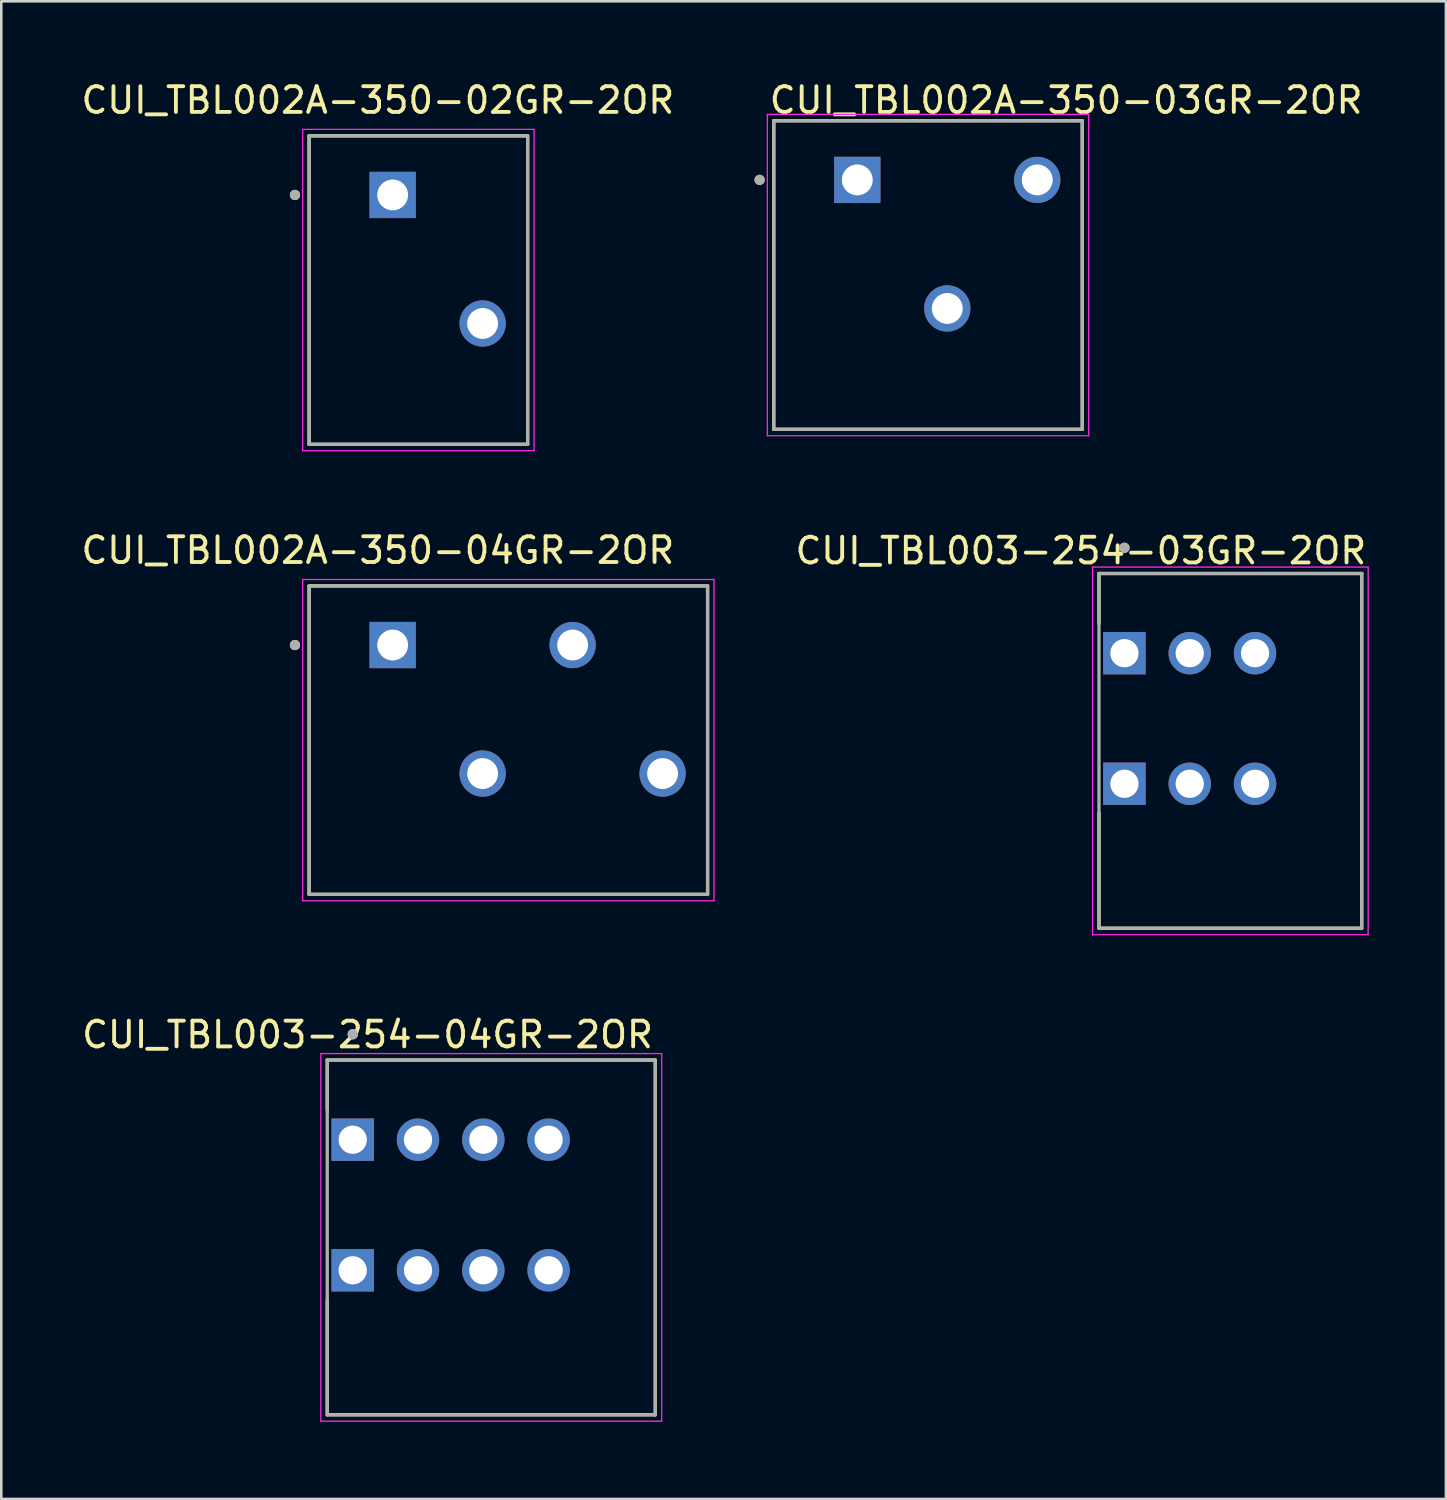
<source format=kicad_pcb>
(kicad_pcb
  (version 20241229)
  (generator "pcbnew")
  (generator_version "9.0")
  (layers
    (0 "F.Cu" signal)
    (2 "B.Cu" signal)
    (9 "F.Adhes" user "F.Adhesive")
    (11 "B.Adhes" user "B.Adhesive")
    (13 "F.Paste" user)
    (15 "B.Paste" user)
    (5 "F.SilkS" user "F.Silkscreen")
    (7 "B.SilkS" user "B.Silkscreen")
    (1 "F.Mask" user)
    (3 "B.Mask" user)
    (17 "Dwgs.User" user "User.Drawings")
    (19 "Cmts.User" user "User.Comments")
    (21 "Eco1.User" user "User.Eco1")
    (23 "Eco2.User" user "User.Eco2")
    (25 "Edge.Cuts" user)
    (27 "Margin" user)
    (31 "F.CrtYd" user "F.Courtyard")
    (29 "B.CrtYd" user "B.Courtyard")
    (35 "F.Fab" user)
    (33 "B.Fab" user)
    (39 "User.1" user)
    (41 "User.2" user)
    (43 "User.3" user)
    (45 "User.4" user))
  (footprint "CUI_TBL002A-350-03GR-2OR"
    (layer "F.Cu")
    (at 30.298 3.948)
    (property "Reference" "CUI_TBL002A-350-03GR-2OR" (at -3.5 -3.1 0) (layer "F.SilkS") (effects (font (size 1 1) (thickness 0.15)) (justify left)))
    (attr through_hole)
    (fp_line (start -3.25 -2.3) (end 8.75 -2.3) (stroke (width 0.127) (type solid)) (layer "F.SilkS"))
    (fp_line (start -3.25 9.7) (end -3.25 -2.3) (stroke (width 0.127) (type solid)) (layer "F.SilkS"))
    (fp_line (start 8.75 -2.3) (end 8.75 9.7) (stroke (width 0.127) (type solid)) (layer "F.SilkS"))
    (fp_line (start 8.75 9.7) (end -3.25 9.7) (stroke (width 0.127) (type solid)) (layer "F.SilkS"))
    (fp_circle (center -3.8 0) (end -3.7 0) (stroke (width 0.2) (type solid)) (fill no) (layer "F.SilkS"))
    (fp_line (start -3.5 -2.55) (end 9 -2.55) (stroke (width 0.05) (type solid)) (layer "F.CrtYd"))
    (fp_line (start -3.5 9.95) (end -3.5 -2.55) (stroke (width 0.05) (type solid)) (layer "F.CrtYd"))
    (fp_line (start 9 -2.55) (end 9 9.95) (stroke (width 0.05) (type solid)) (layer "F.CrtYd"))
    (fp_line (start 9 9.95) (end -3.5 9.95) (stroke (width 0.05) (type solid)) (layer "F.CrtYd"))
    (fp_line (start -3.25 -2.3) (end 8.75 -2.3) (stroke (width 0.127) (type solid)) (layer "F.Fab"))
    (fp_line (start -3.25 9.7) (end -3.25 -2.3) (stroke (width 0.127) (type solid)) (layer "F.Fab"))
    (fp_line (start 8.75 -2.3) (end 8.75 9.7) (stroke (width 0.127) (type solid)) (layer "F.Fab"))
    (fp_line (start 8.75 9.7) (end -3.25 9.7) (stroke (width 0.127) (type solid)) (layer "F.Fab"))
    (fp_circle (center -3.8 0) (end -3.7 0) (stroke (width 0.2) (type solid)) (fill no) (layer "F.Fab"))
    (pad "1" thru_hole rect (at 0 0) (size 1.8 1.8) (drill 1.2) (layers "*.Cu" "*.Mask"))
    (pad "2" thru_hole circle (at 3.5 5) (size 1.8 1.8) (drill 1.2) (layers "*.Cu" "*.Mask"))
    (pad "3" thru_hole circle (at 7 0) (size 1.8 1.8) (drill 1.2) (layers "*.Cu" "*.Mask")))
  (footprint "CUI_TBL002A-350-02GR-2OR"
    (layer "F.Cu")
    (at 12.224 4.533)
    (property "Reference" "CUI_TBL002A-350-02GR-2OR" (at -0.575 -3.685 0) (layer "F.SilkS") (effects (font (size 1 1) (thickness 0.15))))
    (attr through_hole)
    (fp_line (start -3.25 -2.3) (end 5.25 -2.3) (stroke (width 0.127) (type solid)) (layer "F.SilkS"))
    (fp_line (start -3.25 9.7) (end -3.25 -2.3) (stroke (width 0.127) (type solid)) (layer "F.SilkS"))
    (fp_line (start 5.25 -2.3) (end 5.25 9.7) (stroke (width 0.127) (type solid)) (layer "F.SilkS"))
    (fp_line (start 5.25 9.7) (end -3.25 9.7) (stroke (width 0.127) (type solid)) (layer "F.SilkS"))
    (fp_circle (center -3.8 0) (end -3.7 0) (stroke (width 0.2) (type solid)) (fill no) (layer "F.SilkS"))
    (fp_line (start -3.5 -2.55) (end 5.5 -2.55) (stroke (width 0.05) (type solid)) (layer "F.CrtYd"))
    (fp_line (start -3.5 9.95) (end -3.5 -2.55) (stroke (width 0.05) (type solid)) (layer "F.CrtYd"))
    (fp_line (start 5.5 -2.55) (end 5.5 9.95) (stroke (width 0.05) (type solid)) (layer "F.CrtYd"))
    (fp_line (start 5.5 9.95) (end -3.5 9.95) (stroke (width 0.05) (type solid)) (layer "F.CrtYd"))
    (fp_line (start -3.25 -2.3) (end 5.25 -2.3) (stroke (width 0.127) (type solid)) (layer "F.Fab"))
    (fp_line (start -3.25 9.7) (end -3.25 -2.3) (stroke (width 0.127) (type solid)) (layer "F.Fab"))
    (fp_line (start 5.25 -2.3) (end 5.25 9.7) (stroke (width 0.127) (type solid)) (layer "F.Fab"))
    (fp_line (start 5.25 9.7) (end -3.25 9.7) (stroke (width 0.127) (type solid)) (layer "F.Fab"))
    (fp_circle (center -3.8 0) (end -3.7 0) (stroke (width 0.2) (type solid)) (fill no) (layer "F.Fab"))
    (pad "1" thru_hole rect (at 0 0) (size 1.8 1.8) (drill 1.2) (layers "*.Cu" "*.Mask"))
    (pad "2" thru_hole circle (at 3.5 5) (size 1.8 1.8) (drill 1.2) (layers "*.Cu" "*.Mask")))
  (footprint "CUI_TBL003-254-04GR-2OR"
    (layer "F.Cu")
    (at 10.67 41.283)
    (property "Reference" "CUI_TBL003-254-04GR-2OR" (at 11.77 -3.5 0) (layer "F.SilkS") (effects (font (size 1 1) (thickness 0.15)) (justify right bottom)))
    (attr through_hole)
    (fp_line (start -0.99 -3.1) (end 11.77 -3.1) (stroke (width 0.127) (type solid)) (layer "F.SilkS"))
    (fp_line (start -0.99 -1.145) (end -0.99 -3.1) (stroke (width 0.127) (type solid)) (layer "F.SilkS"))
    (fp_line (start -0.99 10.7) (end -0.99 6.225) (stroke (width 0.127) (type solid)) (layer "F.SilkS"))
    (fp_line (start 11.77 -3.1) (end 11.77 10.7) (stroke (width 0.127) (type solid)) (layer "F.SilkS"))
    (fp_line (start 11.77 10.7) (end -0.99 10.7) (stroke (width 0.127) (type solid)) (layer "F.SilkS"))
    (fp_circle (center 0 -4.1) (end 0.1 -4.1) (stroke (width 0.2) (type solid)) (fill no) (layer "F.SilkS"))
    (fp_line (start -1.24 -3.35) (end 12.02 -3.35) (stroke (width 0.05) (type solid)) (layer "F.CrtYd"))
    (fp_line (start -1.24 10.95) (end -1.24 -3.35) (stroke (width 0.05) (type solid)) (layer "F.CrtYd"))
    (fp_line (start 12.02 -3.35) (end 12.02 10.95) (stroke (width 0.05) (type solid)) (layer "F.CrtYd"))
    (fp_line (start 12.02 10.95) (end -1.24 10.95) (stroke (width 0.05) (type solid)) (layer "F.CrtYd"))
    (fp_line (start -0.99 -3.1) (end 11.77 -3.1) (stroke (width 0.127) (type solid)) (layer "F.Fab"))
    (fp_line (start -0.99 10.7) (end -0.99 -3.1) (stroke (width 0.127) (type solid)) (layer "F.Fab"))
    (fp_line (start 11.77 -3.1) (end 11.77 10.7) (stroke (width 0.127) (type solid)) (layer "F.Fab"))
    (fp_line (start 11.77 10.7) (end -0.99 10.7) (stroke (width 0.127) (type solid)) (layer "F.Fab"))
    (fp_circle (center 0 -4.1) (end 0.1 -4.1) (stroke (width 0.2) (type solid)) (fill no) (layer "F.Fab"))
    (pad "1" thru_hole rect (at 0 0) (size 1.65 1.65) (drill 1.1) (layers "*.Cu" "*.Mask"))
    (pad "1" thru_hole rect (at 0 5.08) (size 1.65 1.65) (drill 1.1) (layers "*.Cu" "*.Mask"))
    (pad "2" thru_hole circle (at 2.54 0) (size 1.65 1.65) (drill 1.1) (layers "*.Cu" "*.Mask"))
    (pad "2" thru_hole circle (at 2.54 5.08) (size 1.65 1.65) (drill 1.1) (layers "*.Cu" "*.Mask"))
    (pad "3" thru_hole circle (at 5.08 0) (size 1.65 1.65) (drill 1.1) (layers "*.Cu" "*.Mask"))
    (pad "3" thru_hole circle (at 5.08 5.08) (size 1.65 1.65) (drill 1.1) (layers "*.Cu" "*.Mask"))
    (pad "4" thru_hole circle (at 7.62 0) (size 1.65 1.65) (drill 1.1) (layers "*.Cu" "*.Mask"))
    (pad "4" thru_hole circle (at 7.62 5.08) (size 1.65 1.65) (drill 1.1) (layers "*.Cu" "*.Mask")))
  (footprint "CUI_TBL003-254-03GR-2OR"
    (layer "F.Cu")
    (at 40.689 22.358)
    (property "Reference" "CUI_TBL003-254-03GR-2OR" (at 9.5 -3.4 0) (layer "F.SilkS") (effects (font (size 1 1) (thickness 0.15)) (justify right bottom)))
    (attr through_hole)
    (fp_line (start -0.99 -3.1) (end 9.23 -3.1) (stroke (width 0.127) (type solid)) (layer "F.SilkS"))
    (fp_line (start -0.99 -1.145) (end -0.99 -3.1) (stroke (width 0.127) (type solid)) (layer "F.SilkS"))
    (fp_line (start -0.99 10.7) (end -0.99 6.225) (stroke (width 0.127) (type solid)) (layer "F.SilkS"))
    (fp_line (start 9.23 -3.1) (end 9.23 10.7) (stroke (width 0.127) (type solid)) (layer "F.SilkS"))
    (fp_line (start 9.23 10.7) (end -0.99 10.7) (stroke (width 0.127) (type solid)) (layer "F.SilkS"))
    (fp_circle (center 0 -4.1) (end 0.1 -4.1) (stroke (width 0.2) (type solid)) (fill no) (layer "F.SilkS"))
    (fp_line (start -1.24 -3.35) (end 9.48 -3.35) (stroke (width 0.05) (type solid)) (layer "F.CrtYd"))
    (fp_line (start -1.24 10.95) (end -1.24 -3.35) (stroke (width 0.05) (type solid)) (layer "F.CrtYd"))
    (fp_line (start 9.48 -3.35) (end 9.48 10.95) (stroke (width 0.05) (type solid)) (layer "F.CrtYd"))
    (fp_line (start 9.48 10.95) (end -1.24 10.95) (stroke (width 0.05) (type solid)) (layer "F.CrtYd"))
    (fp_line (start -0.99 -3.1) (end 9.23 -3.1) (stroke (width 0.127) (type solid)) (layer "F.Fab"))
    (fp_line (start -0.99 10.7) (end -0.99 -3.1) (stroke (width 0.127) (type solid)) (layer "F.Fab"))
    (fp_line (start 9.23 -3.1) (end 9.23 10.7) (stroke (width 0.127) (type solid)) (layer "F.Fab"))
    (fp_line (start 9.23 10.7) (end -0.99 10.7) (stroke (width 0.127) (type solid)) (layer "F.Fab"))
    (fp_circle (center 0 -4.1) (end 0.1 -4.1) (stroke (width 0.2) (type solid)) (fill no) (layer "F.Fab"))
    (pad "1" thru_hole rect (at 0 0) (size 1.65 1.65) (drill 1.1) (layers "*.Cu" "*.Mask"))
    (pad "1" thru_hole rect (at 0 5.08) (size 1.65 1.65) (drill 1.1) (layers "*.Cu" "*.Mask"))
    (pad "2" thru_hole circle (at 2.54 0) (size 1.65 1.65) (drill 1.1) (layers "*.Cu" "*.Mask"))
    (pad "2" thru_hole circle (at 2.54 5.08) (size 1.65 1.65) (drill 1.1) (layers "*.Cu" "*.Mask"))
    (pad "3" thru_hole circle (at 5.08 0) (size 1.65 1.65) (drill 1.1) (layers "*.Cu" "*.Mask"))
    (pad "3" thru_hole circle (at 5.08 5.08) (size 1.65 1.65) (drill 1.1) (layers "*.Cu" "*.Mask")))
  (footprint "CUI_TBL002A-350-04GR-2OR"
    (layer "F.Cu")
    (at 12.224 22.041)
    (property "Reference" "CUI_TBL002A-350-04GR-2OR" (at -0.575 -3.685 0) (layer "F.SilkS") (effects (font (size 1 1) (thickness 0.15))))
    (attr through_hole)
    (fp_line (start -3.25 -2.3) (end 12.25 -2.3) (stroke (width 0.127) (type solid)) (layer "F.SilkS"))
    (fp_line (start -3.25 9.7) (end -3.25 -2.3) (stroke (width 0.127) (type solid)) (layer "F.SilkS"))
    (fp_line (start 12.25 -2.3) (end 12.25 9.7) (stroke (width 0.127) (type solid)) (layer "F.SilkS"))
    (fp_line (start 12.25 9.7) (end -3.25 9.7) (stroke (width 0.127) (type solid)) (layer "F.SilkS"))
    (fp_circle (center -3.8 0) (end -3.7 0) (stroke (width 0.2) (type solid)) (fill no) (layer "F.SilkS"))
    (fp_line (start -3.5 -2.55) (end 12.5 -2.55) (stroke (width 0.05) (type solid)) (layer "F.CrtYd"))
    (fp_line (start -3.5 9.95) (end -3.5 -2.55) (stroke (width 0.05) (type solid)) (layer "F.CrtYd"))
    (fp_line (start 12.5 -2.55) (end 12.5 9.95) (stroke (width 0.05) (type solid)) (layer "F.CrtYd"))
    (fp_line (start 12.5 9.95) (end -3.5 9.95) (stroke (width 0.05) (type solid)) (layer "F.CrtYd"))
    (fp_line (start -3.25 -2.3) (end 12.25 -2.3) (stroke (width 0.127) (type solid)) (layer "F.Fab"))
    (fp_line (start -3.25 9.7) (end -3.25 -2.3) (stroke (width 0.127) (type solid)) (layer "F.Fab"))
    (fp_line (start 12.25 -2.3) (end 12.25 9.7) (stroke (width 0.127) (type solid)) (layer "F.Fab"))
    (fp_line (start 12.25 9.7) (end -3.25 9.7) (stroke (width 0.127) (type solid)) (layer "F.Fab"))
    (fp_circle (center -3.8 0) (end -3.7 0) (stroke (width 0.2) (type solid)) (fill no) (layer "F.Fab"))
    (pad "1" thru_hole rect (at 0 0) (size 1.8 1.8) (drill 1.2) (layers "*.Cu" "*.Mask"))
    (pad "2" thru_hole circle (at 3.5 5) (size 1.8 1.8) (drill 1.2) (layers "*.Cu" "*.Mask"))
    (pad "3" thru_hole circle (at 7 0) (size 1.8 1.8) (drill 1.2) (layers "*.Cu" "*.Mask"))
    (pad "4" thru_hole circle (at 10.5 5) (size 1.8 1.8) (drill 1.2) (layers "*.Cu" "*.Mask")))
  (gr_rect
    (start -3 -3)
    (end 53.194 55.258)
    (stroke (width 0.1) (type default))
    (fill no)
    (layer "Edge.Cuts")))
</source>
